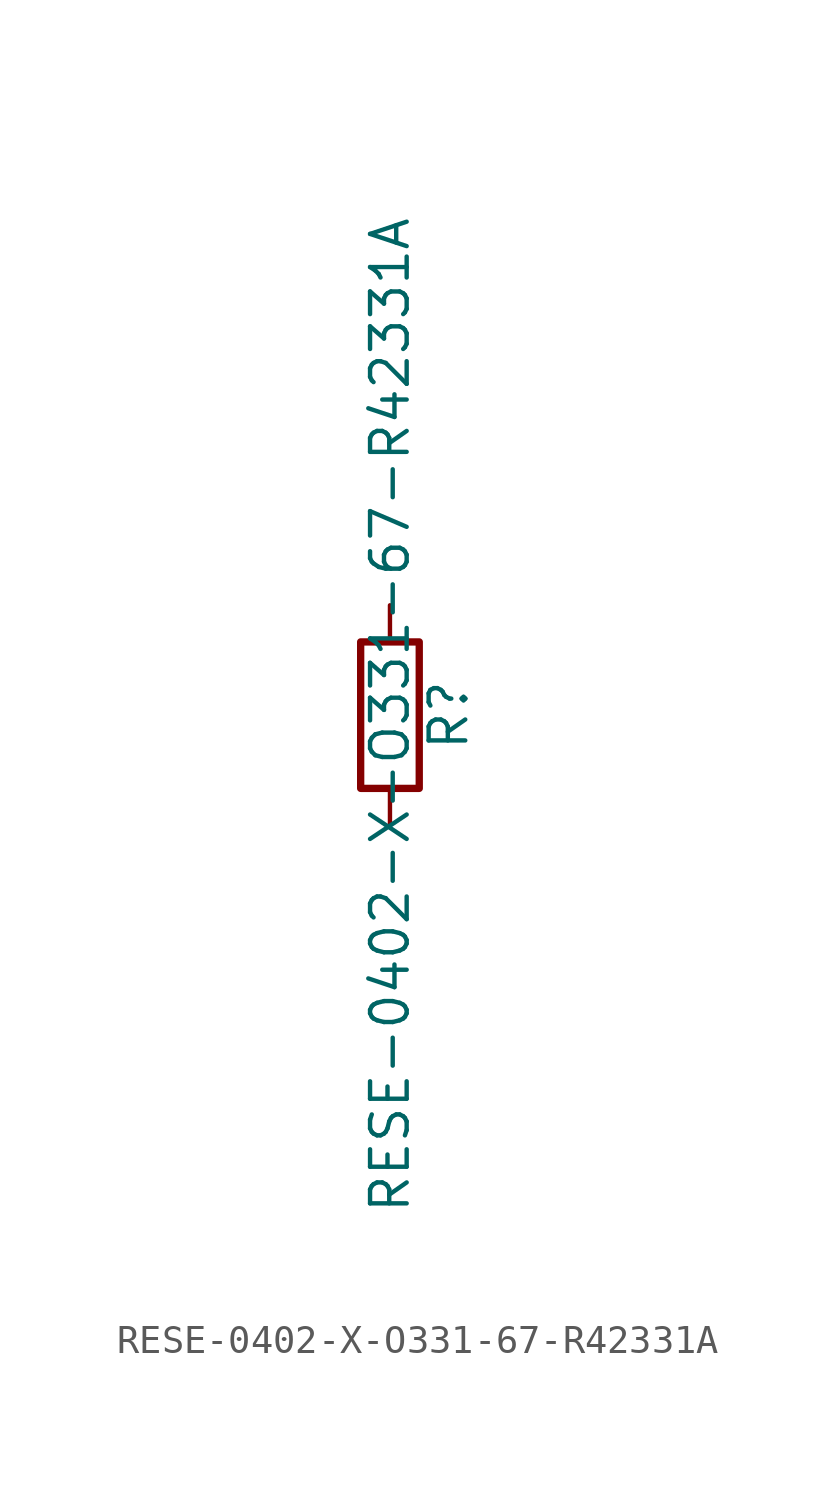
<source format=kicad_sym>
(kicad_symbol_lib
  (version 20211014)
  (generator kicad_symbol_editor)
  (symbol "RESE-0402-X-O331-67-R42331A"
    (pin_numbers hide)
    (pin_names
      (offset 0))
    (property "Reference" "R"
      (at 2.032 0 90)
      (effects (font (size 1.27 1.27))))
    (property "Value" "RESE-0402-X-O331-67-R42331A"
      (at 0 0 90)
      (effects (font (size 1.27 1.27))))
    (symbol "RESE-0402-X-O331-67-R42331A_0_1"
      (rectangle (start -1.016 -2.54) (end 1.016 2.54) (stroke (width 0.254) (type default) (color 0 0 0 0)) (fill (type none))))
    (symbol "RESE-0402-X-O331-67-R42331A_1_1"
      (pin passive line (at 0 3.81 270) (length 1.27) (name "~" (effects (font (size 1.27 1.27)))) (number "1" (effects (font (size 1.27 1.27)))))
      (pin passive line (at 0 -3.81 90) (length 1.27) (name "~" (effects (font (size 1.27 1.27)))) (number "2" (effects (font (size 1.27 1.27))))))))
</source>
